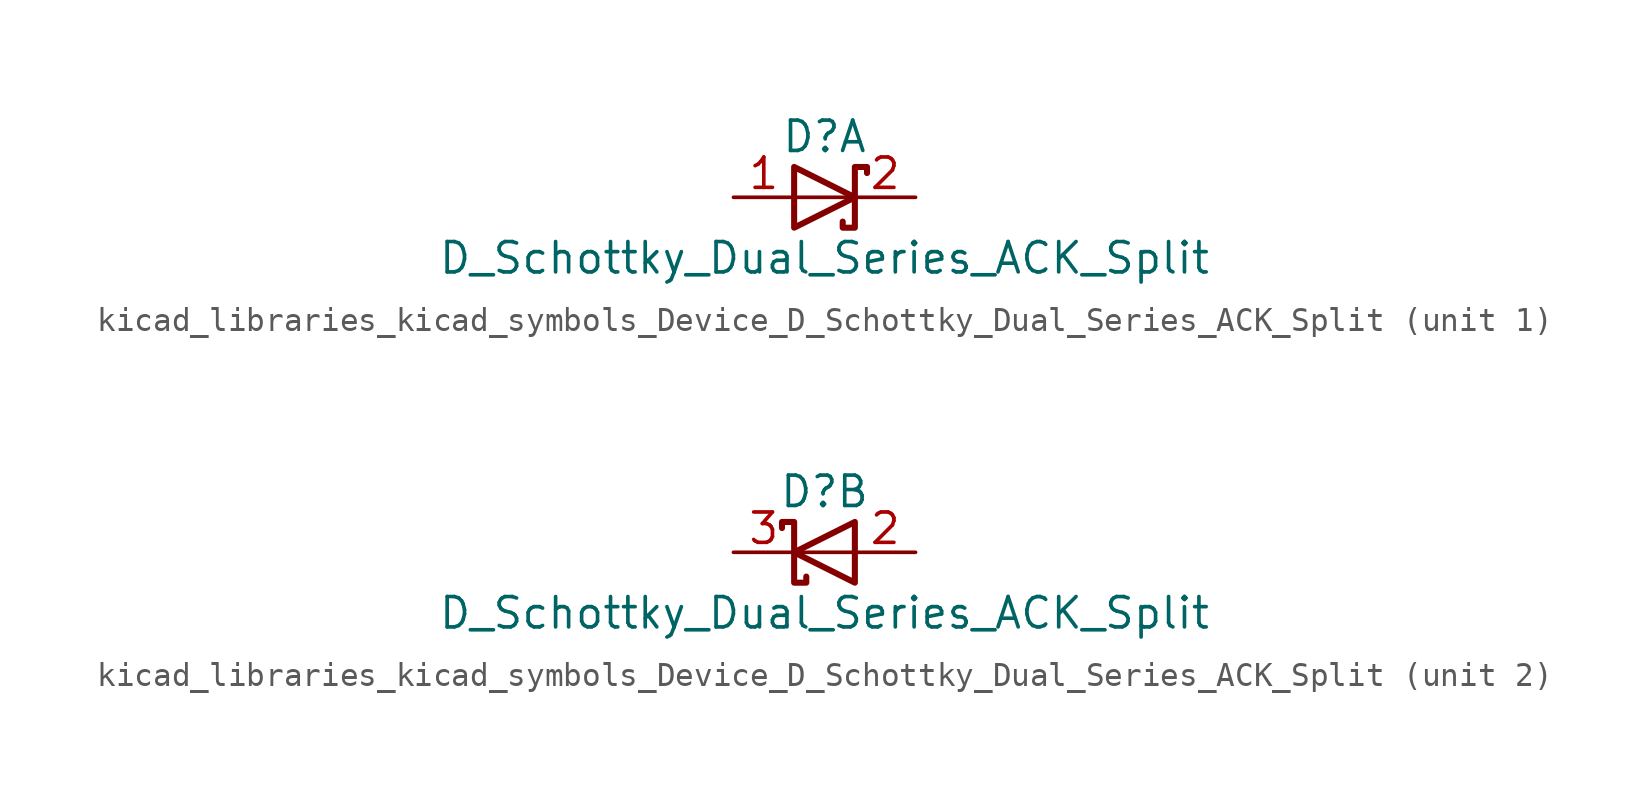
<source format=kicad_sym>
(kicad_symbol_lib
  (version 20220914)
  (generator kicad_symbol_editor)
  (symbol "kicad_libraries_kicad_symbols_Device_D_Schottky_Dual_Series_ACK_Split"
    (pin_names
      (offset 0.762) hide)
    (property "Reference" "D"
      (at 0 2.54 0)
      (effects (font (size 1.27 1.27))))
    (property "Value" "D_Schottky_Dual_Series_ACK_Split"
      (at 0 -2.54 0)
      (effects (font (size 1.27 1.27))))
    (property "ki_locked" ""
      (at 0 0 0)
      (effects (font (size 1.27 1.27))))
    (symbol "kicad_libraries_kicad_symbols_Device_D_Schottky_Dual_Series_ACK_Split_0_1"
      (pin passive line (at 3.81 0 180) (length 2.54) (name "K" (effects (font (size 1.27 1.27)))) (number "2" (effects (font (size 1.27 1.27))))))
    (symbol "kicad_libraries_kicad_symbols_Device_D_Schottky_Dual_Series_ACK_Split_1_1"
      (polyline (pts (xy 1.27 0) (xy -1.27 0)) (stroke (width 0) (type default)) (fill (type none)))
      (polyline (pts (xy -1.27 1.27) (xy 1.27 0) (xy -1.27 -1.27) (xy -1.27 1.27) (xy -1.27 1.27) (xy -1.27 1.27)) (stroke (width 0.254) (type default)) (fill (type none)))
      (polyline (pts (xy 1.778 1.016) (xy 1.778 1.27) (xy 1.27 1.27) (xy 1.27 -1.27) (xy 0.762 -1.27) (xy 0.762 -1.016)) (stroke (width 0.254) (type default)) (fill (type none)))
      (pin passive line (at -3.81 0 0) (length 2.54) (name "A" (effects (font (size 1.27 1.27)))) (number "1" (effects (font (size 1.27 1.27))))))
    (symbol "kicad_libraries_kicad_symbols_Device_D_Schottky_Dual_Series_ACK_Split_2_1"
      (polyline (pts (xy -1.27 0) (xy 1.27 0)) (stroke (width 0) (type default)) (fill (type none)))
      (polyline (pts (xy -1.778 1.016) (xy -1.778 1.27) (xy -1.27 1.27) (xy -1.27 -1.27) (xy -0.762 -1.27) (xy -0.762 -1.016)) (stroke (width 0.254) (type default)) (fill (type none)))
      (polyline (pts (xy 1.27 1.27) (xy -1.27 0) (xy 1.27 -1.27) (xy 1.27 1.27) (xy 1.27 1.27) (xy 1.27 1.27)) (stroke (width 0.254) (type default)) (fill (type none)))
      (pin passive line (at -3.81 0 0) (length 2.54) (name "K" (effects (font (size 1.27 1.27)))) (number "3" (effects (font (size 1.27 1.27))))))))
</source>
